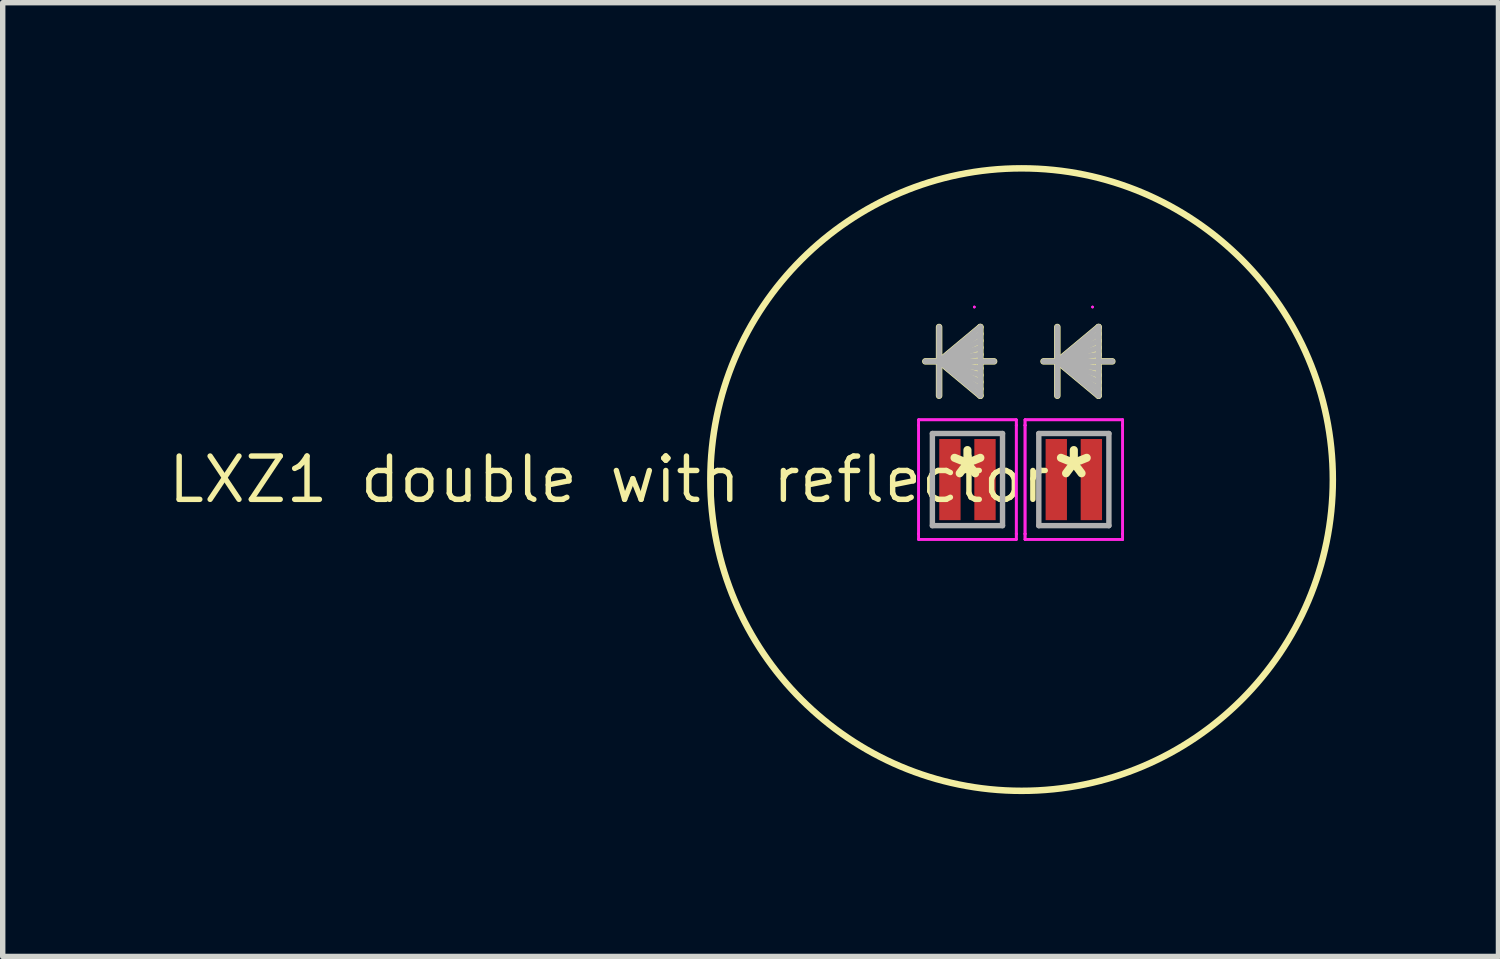
<source format=kicad_pcb>
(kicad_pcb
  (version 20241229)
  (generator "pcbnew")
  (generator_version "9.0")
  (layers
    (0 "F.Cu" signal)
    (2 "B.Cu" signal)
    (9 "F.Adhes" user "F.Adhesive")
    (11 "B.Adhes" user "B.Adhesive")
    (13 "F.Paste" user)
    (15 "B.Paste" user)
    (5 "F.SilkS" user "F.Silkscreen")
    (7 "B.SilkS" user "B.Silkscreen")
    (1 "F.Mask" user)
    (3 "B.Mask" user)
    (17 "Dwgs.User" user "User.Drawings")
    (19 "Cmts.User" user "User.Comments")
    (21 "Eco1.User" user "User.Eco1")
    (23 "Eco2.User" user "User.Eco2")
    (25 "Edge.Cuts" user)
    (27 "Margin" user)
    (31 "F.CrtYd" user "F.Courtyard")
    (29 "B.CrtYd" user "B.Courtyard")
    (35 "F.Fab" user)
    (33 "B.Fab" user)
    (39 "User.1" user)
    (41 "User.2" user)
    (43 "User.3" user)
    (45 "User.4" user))
  (footprint "LXZ1 double with reflector"
    (layer "F.Cu")
    (at 15.823 5.81)
    (property "Reference" "LXZ1 double with reflector" (at -7.62 0 0) (layer "F.SilkS") (effects (font (size 0.8 0.8) (thickness 0.1))))
    (attr through_hole)
    (fp_line (start -1.524 -2.819) (end -1.524 -1.549) (stroke (width 0.12) (type solid)) (layer "F.SilkS"))
    (fp_line (start -1.524 -2.184) (end -0.762 -2.819) (stroke (width 0.12) (type solid)) (layer "F.SilkS"))
    (fp_line (start -1.524 -2.184) (end -0.762 -2.692) (stroke (width 0.12) (type solid)) (layer "F.SilkS"))
    (fp_line (start -1.524 -2.184) (end -0.762 -2.565) (stroke (width 0.12) (type solid)) (layer "F.SilkS"))
    (fp_line (start -1.524 -2.184) (end -0.762 -2.438) (stroke (width 0.12) (type solid)) (layer "F.SilkS"))
    (fp_line (start -1.524 -2.184) (end -0.762 -2.311) (stroke (width 0.12) (type solid)) (layer "F.SilkS"))
    (fp_line (start -1.524 -2.184) (end -0.762 -2.057) (stroke (width 0.12) (type solid)) (layer "F.SilkS"))
    (fp_line (start -1.524 -2.184) (end -0.762 -1.93) (stroke (width 0.12) (type solid)) (layer "F.SilkS"))
    (fp_line (start -1.524 -2.184) (end -0.762 -1.803) (stroke (width 0.12) (type solid)) (layer "F.SilkS"))
    (fp_line (start -1.524 -2.184) (end -0.762 -1.676) (stroke (width 0.12) (type solid)) (layer "F.SilkS"))
    (fp_line (start -1.524 -2.184) (end -0.762 -1.549) (stroke (width 0.12) (type solid)) (layer "F.SilkS"))
    (fp_line (start -0.762 -2.819) (end -0.762 -1.549) (stroke (width 0.12) (type solid)) (layer "F.SilkS"))
    (fp_line (start -0.508 -2.184) (end -1.778 -2.184) (stroke (width 0.12) (type solid)) (layer "F.SilkS"))
    (fp_line (start 0.66 -2.819) (end 0.66 -1.549) (stroke (width 0.12) (type solid)) (layer "F.SilkS"))
    (fp_line (start 0.66 -2.184) (end 1.422 -2.819) (stroke (width 0.12) (type solid)) (layer "F.SilkS"))
    (fp_line (start 0.66 -2.184) (end 1.422 -2.692) (stroke (width 0.12) (type solid)) (layer "F.SilkS"))
    (fp_line (start 0.66 -2.184) (end 1.422 -2.565) (stroke (width 0.12) (type solid)) (layer "F.SilkS"))
    (fp_line (start 0.66 -2.184) (end 1.422 -2.438) (stroke (width 0.12) (type solid)) (layer "F.SilkS"))
    (fp_line (start 0.66 -2.184) (end 1.422 -2.311) (stroke (width 0.12) (type solid)) (layer "F.SilkS"))
    (fp_line (start 0.66 -2.184) (end 1.422 -2.057) (stroke (width 0.12) (type solid)) (layer "F.SilkS"))
    (fp_line (start 0.66 -2.184) (end 1.422 -1.93) (stroke (width 0.12) (type solid)) (layer "F.SilkS"))
    (fp_line (start 0.66 -2.184) (end 1.422 -1.803) (stroke (width 0.12) (type solid)) (layer "F.SilkS"))
    (fp_line (start 0.66 -2.184) (end 1.422 -1.676) (stroke (width 0.12) (type solid)) (layer "F.SilkS"))
    (fp_line (start 0.66 -2.184) (end 1.422 -1.549) (stroke (width 0.12) (type solid)) (layer "F.SilkS"))
    (fp_line (start 1.422 -2.819) (end 1.422 -1.549) (stroke (width 0.12) (type solid)) (layer "F.SilkS"))
    (fp_line (start 1.676 -2.184) (end 0.406 -2.184) (stroke (width 0.12) (type solid)) (layer "F.SilkS"))
    (fp_circle (center 0 0) (end 5.75 0) (stroke (width 0.12) (type solid)) (fill no) (layer "F.SilkS"))
    (fp_line (start -1.902 -1.105) (end -0.098 -1.105) (stroke (width 0.05) (type solid)) (layer "F.CrtYd"))
    (fp_line (start -1.902 -1.105) (end -0.098 -1.105) (stroke (width 0.05) (type solid)) (layer "F.CrtYd"))
    (fp_line (start -1.902 -1.003) (end -1.902 -1.105) (stroke (width 0.05) (type solid)) (layer "F.CrtYd"))
    (fp_line (start -1.902 -1.003) (end -1.902 -1.105) (stroke (width 0.05) (type solid)) (layer "F.CrtYd"))
    (fp_line (start -1.902 1.003) (end -1.902 -1.003) (stroke (width 0.05) (type solid)) (layer "F.CrtYd"))
    (fp_line (start -1.902 1.003) (end -1.902 -1.003) (stroke (width 0.05) (type solid)) (layer "F.CrtYd"))
    (fp_line (start -1.902 1.003) (end -1.902 1.003) (stroke (width 0.05) (type solid)) (layer "F.CrtYd"))
    (fp_line (start -1.902 1.003) (end -1.902 1.003) (stroke (width 0.05) (type solid)) (layer "F.CrtYd"))
    (fp_line (start -1.902 1.105) (end -1.902 1.003) (stroke (width 0.05) (type solid)) (layer "F.CrtYd"))
    (fp_line (start -1.902 1.105) (end -1.902 1.003) (stroke (width 0.05) (type solid)) (layer "F.CrtYd"))
    (fp_line (start -0.873 -3.188) (end -0.873 -3.188) (stroke (width 0.05) (type solid)) (layer "F.CrtYd"))
    (fp_line (start -0.873 -3.188) (end -0.873 -3.188) (stroke (width 0.05) (type solid)) (layer "F.CrtYd"))
    (fp_line (start -0.098 -1.105) (end -0.098 -1.003) (stroke (width 0.05) (type solid)) (layer "F.CrtYd"))
    (fp_line (start -0.098 -1.105) (end -0.098 -1.003) (stroke (width 0.05) (type solid)) (layer "F.CrtYd"))
    (fp_line (start -0.098 -1.003) (end -0.098 -1.003) (stroke (width 0.05) (type solid)) (layer "F.CrtYd"))
    (fp_line (start -0.098 -1.003) (end -0.098 -1.003) (stroke (width 0.05) (type solid)) (layer "F.CrtYd"))
    (fp_line (start -0.098 -1.003) (end -0.098 1.003) (stroke (width 0.05) (type solid)) (layer "F.CrtYd"))
    (fp_line (start -0.098 -1.003) (end -0.098 1.003) (stroke (width 0.05) (type solid)) (layer "F.CrtYd"))
    (fp_line (start -0.098 1.003) (end -0.098 1.003) (stroke (width 0.05) (type solid)) (layer "F.CrtYd"))
    (fp_line (start -0.098 1.003) (end -0.098 1.003) (stroke (width 0.05) (type solid)) (layer "F.CrtYd"))
    (fp_line (start -0.098 1.003) (end -0.098 1.105) (stroke (width 0.05) (type solid)) (layer "F.CrtYd"))
    (fp_line (start -0.098 1.003) (end -0.098 1.105) (stroke (width 0.05) (type solid)) (layer "F.CrtYd"))
    (fp_line (start -0.098 1.105) (end -1.902 1.105) (stroke (width 0.05) (type solid)) (layer "F.CrtYd"))
    (fp_line (start -0.098 1.105) (end -1.902 1.105) (stroke (width 0.05) (type solid)) (layer "F.CrtYd"))
    (fp_line (start 0.064 -1.105) (end 1.867 -1.105) (stroke (width 0.05) (type solid)) (layer "F.CrtYd"))
    (fp_line (start 0.064 -1.105) (end 1.867 -1.105) (stroke (width 0.05) (type solid)) (layer "F.CrtYd"))
    (fp_line (start 0.064 -1.003) (end 0.064 -1.105) (stroke (width 0.05) (type solid)) (layer "F.CrtYd"))
    (fp_line (start 0.064 -1.003) (end 0.064 -1.105) (stroke (width 0.05) (type solid)) (layer "F.CrtYd"))
    (fp_line (start 0.064 -1.003) (end 0.064 -1.003) (stroke (width 0.05) (type solid)) (layer "F.CrtYd"))
    (fp_line (start 0.064 -1.003) (end 0.064 -1.003) (stroke (width 0.05) (type solid)) (layer "F.CrtYd"))
    (fp_line (start 0.064 1.003) (end 0.064 -1.003) (stroke (width 0.05) (type solid)) (layer "F.CrtYd"))
    (fp_line (start 0.064 1.003) (end 0.064 -1.003) (stroke (width 0.05) (type solid)) (layer "F.CrtYd"))
    (fp_line (start 0.064 1.003) (end 0.064 1.003) (stroke (width 0.05) (type solid)) (layer "F.CrtYd"))
    (fp_line (start 0.064 1.003) (end 0.064 1.003) (stroke (width 0.05) (type solid)) (layer "F.CrtYd"))
    (fp_line (start 0.064 1.105) (end 0.064 1.003) (stroke (width 0.05) (type solid)) (layer "F.CrtYd"))
    (fp_line (start 0.064 1.105) (end 0.064 1.003) (stroke (width 0.05) (type solid)) (layer "F.CrtYd"))
    (fp_line (start 1.311 -3.188) (end 1.311 -3.188) (stroke (width 0.05) (type solid)) (layer "F.CrtYd"))
    (fp_line (start 1.311 -3.188) (end 1.311 -3.188) (stroke (width 0.05) (type solid)) (layer "F.CrtYd"))
    (fp_line (start 1.867 -1.105) (end 1.867 -1.003) (stroke (width 0.05) (type solid)) (layer "F.CrtYd"))
    (fp_line (start 1.867 -1.105) (end 1.867 -1.003) (stroke (width 0.05) (type solid)) (layer "F.CrtYd"))
    (fp_line (start 1.867 -1.003) (end 1.867 -1.003) (stroke (width 0.05) (type solid)) (layer "F.CrtYd"))
    (fp_line (start 1.867 -1.003) (end 1.867 -1.003) (stroke (width 0.05) (type solid)) (layer "F.CrtYd"))
    (fp_line (start 1.867 -1.003) (end 1.867 1.003) (stroke (width 0.05) (type solid)) (layer "F.CrtYd"))
    (fp_line (start 1.867 -1.003) (end 1.867 1.003) (stroke (width 0.05) (type solid)) (layer "F.CrtYd"))
    (fp_line (start 1.867 1.003) (end 1.867 1.003) (stroke (width 0.05) (type solid)) (layer "F.CrtYd"))
    (fp_line (start 1.867 1.003) (end 1.867 1.003) (stroke (width 0.05) (type solid)) (layer "F.CrtYd"))
    (fp_line (start 1.867 1.003) (end 1.867 1.105) (stroke (width 0.05) (type solid)) (layer "F.CrtYd"))
    (fp_line (start 1.867 1.003) (end 1.867 1.105) (stroke (width 0.05) (type solid)) (layer "F.CrtYd"))
    (fp_line (start 1.867 1.105) (end 0.064 1.105) (stroke (width 0.05) (type solid)) (layer "F.CrtYd"))
    (fp_line (start 1.867 1.105) (end 0.064 1.105) (stroke (width 0.05) (type solid)) (layer "F.CrtYd"))
    (fp_line (start -1.648 -0.851) (end -1.648 0.851) (stroke (width 0.1) (type solid)) (layer "F.Fab"))
    (fp_line (start -1.648 0.851) (end -0.352 0.851) (stroke (width 0.1) (type solid)) (layer "F.Fab"))
    (fp_line (start -1.524 -2.819) (end -1.524 -1.549) (stroke (width 0.1) (type solid)) (layer "F.Fab"))
    (fp_line (start -1.524 -2.184) (end -0.762 -2.819) (stroke (width 0.1) (type solid)) (layer "F.Fab"))
    (fp_line (start -1.524 -2.184) (end -0.762 -2.692) (stroke (width 0.1) (type solid)) (layer "F.Fab"))
    (fp_line (start -1.524 -2.184) (end -0.762 -2.565) (stroke (width 0.1) (type solid)) (layer "F.Fab"))
    (fp_line (start -1.524 -2.184) (end -0.762 -2.438) (stroke (width 0.1) (type solid)) (layer "F.Fab"))
    (fp_line (start -1.524 -2.184) (end -0.762 -2.311) (stroke (width 0.1) (type solid)) (layer "F.Fab"))
    (fp_line (start -1.524 -2.184) (end -0.762 -2.057) (stroke (width 0.1) (type solid)) (layer "F.Fab"))
    (fp_line (start -1.524 -2.184) (end -0.762 -1.93) (stroke (width 0.1) (type solid)) (layer "F.Fab"))
    (fp_line (start -1.524 -2.184) (end -0.762 -1.803) (stroke (width 0.1) (type solid)) (layer "F.Fab"))
    (fp_line (start -1.524 -2.184) (end -0.762 -1.676) (stroke (width 0.1) (type solid)) (layer "F.Fab"))
    (fp_line (start -1.524 -2.184) (end -0.762 -1.549) (stroke (width 0.1) (type solid)) (layer "F.Fab"))
    (fp_line (start -0.762 -2.819) (end -0.762 -1.549) (stroke (width 0.1) (type solid)) (layer "F.Fab"))
    (fp_line (start -0.508 -2.184) (end -1.778 -2.184) (stroke (width 0.1) (type solid)) (layer "F.Fab"))
    (fp_line (start -0.352 -0.851) (end -1.648 -0.851) (stroke (width 0.1) (type solid)) (layer "F.Fab"))
    (fp_line (start -0.352 0.851) (end -0.352 -0.851) (stroke (width 0.1) (type solid)) (layer "F.Fab"))
    (fp_line (start 0.318 -0.851) (end 0.318 0.851) (stroke (width 0.1) (type solid)) (layer "F.Fab"))
    (fp_line (start 0.318 0.851) (end 1.613 0.851) (stroke (width 0.1) (type solid)) (layer "F.Fab"))
    (fp_line (start 0.66 -2.819) (end 0.66 -1.549) (stroke (width 0.1) (type solid)) (layer "F.Fab"))
    (fp_line (start 0.66 -2.184) (end 1.422 -2.819) (stroke (width 0.1) (type solid)) (layer "F.Fab"))
    (fp_line (start 0.66 -2.184) (end 1.422 -2.692) (stroke (width 0.1) (type solid)) (layer "F.Fab"))
    (fp_line (start 0.66 -2.184) (end 1.422 -2.565) (stroke (width 0.1) (type solid)) (layer "F.Fab"))
    (fp_line (start 0.66 -2.184) (end 1.422 -2.438) (stroke (width 0.1) (type solid)) (layer "F.Fab"))
    (fp_line (start 0.66 -2.184) (end 1.422 -2.311) (stroke (width 0.1) (type solid)) (layer "F.Fab"))
    (fp_line (start 0.66 -2.184) (end 1.422 -2.057) (stroke (width 0.1) (type solid)) (layer "F.Fab"))
    (fp_line (start 0.66 -2.184) (end 1.422 -1.93) (stroke (width 0.1) (type solid)) (layer "F.Fab"))
    (fp_line (start 0.66 -2.184) (end 1.422 -1.803) (stroke (width 0.1) (type solid)) (layer "F.Fab"))
    (fp_line (start 0.66 -2.184) (end 1.422 -1.676) (stroke (width 0.1) (type solid)) (layer "F.Fab"))
    (fp_line (start 0.66 -2.184) (end 1.422 -1.549) (stroke (width 0.1) (type solid)) (layer "F.Fab"))
    (fp_line (start 1.422 -2.819) (end 1.422 -1.549) (stroke (width 0.1) (type solid)) (layer "F.Fab"))
    (fp_line (start 1.613 -0.851) (end 0.318 -0.851) (stroke (width 0.1) (type solid)) (layer "F.Fab"))
    (fp_line (start 1.613 0.851) (end 1.613 -0.851) (stroke (width 0.1) (type solid)) (layer "F.Fab"))
    (fp_line (start 1.676 -2.184) (end 0.406 -2.184) (stroke (width 0.1) (type solid)) (layer "F.Fab"))
    (fp_text user "*" (at -1 0 0) (layer "F.SilkS") (effects (font (size 1 1) (thickness 0.15))))
    (fp_text user "*" (at 0.965 0 0) (layer "F.SilkS") (effects (font (size 1 1) (thickness 0.15))))
    (pad "1" smd rect (at -1.324 0) (size 0.394 1.499) (layers "F.Cu" "F.Mask" "F.Paste"))
    (pad "2" smd rect (at -0.676 0) (size 0.394 1.499) (layers "F.Cu" "F.Mask" "F.Paste"))
    (pad "3" smd rect (at 0.641 0) (size 0.394 1.499) (layers "F.Cu" "F.Mask" "F.Paste"))
    (pad "4" smd rect (at 1.289 0) (size 0.394 1.499) (layers "F.Cu" "F.Mask" "F.Paste")))
  (gr_rect
    (start -3 -3)
    (end 24.633 14.62)
    (stroke (width 0.1) (type default))
    (fill no)
    (layer "Edge.Cuts")))
</source>
